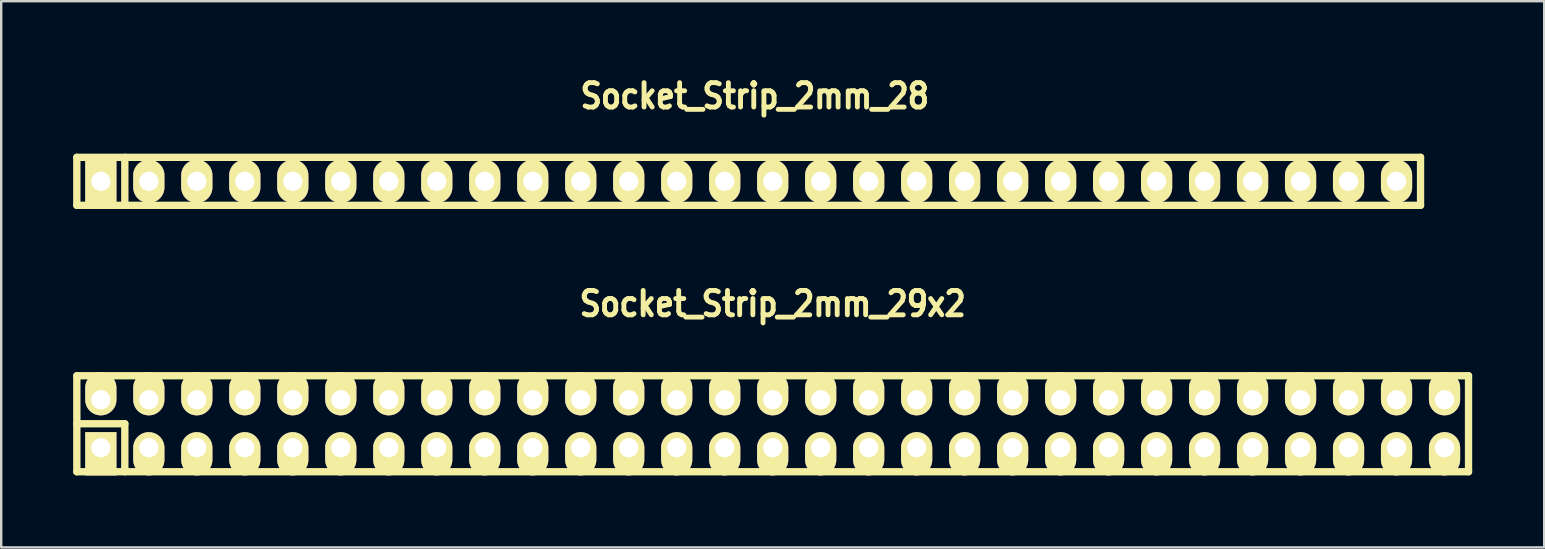
<source format=kicad_pcb>
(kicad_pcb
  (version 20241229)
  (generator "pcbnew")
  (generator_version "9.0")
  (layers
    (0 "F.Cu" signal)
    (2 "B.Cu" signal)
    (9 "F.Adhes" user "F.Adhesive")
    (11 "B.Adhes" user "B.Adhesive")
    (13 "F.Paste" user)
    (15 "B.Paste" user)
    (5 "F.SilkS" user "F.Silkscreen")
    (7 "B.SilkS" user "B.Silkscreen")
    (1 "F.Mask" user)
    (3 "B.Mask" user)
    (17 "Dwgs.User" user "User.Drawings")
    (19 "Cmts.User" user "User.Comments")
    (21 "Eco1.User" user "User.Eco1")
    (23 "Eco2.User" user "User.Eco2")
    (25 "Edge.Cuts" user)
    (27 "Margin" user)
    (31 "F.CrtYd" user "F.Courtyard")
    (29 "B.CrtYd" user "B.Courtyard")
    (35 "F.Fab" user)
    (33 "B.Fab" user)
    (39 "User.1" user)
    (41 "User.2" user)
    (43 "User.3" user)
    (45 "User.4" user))
  (footprint "Socket_Strip_2mm_29x2"
    (layer "F.Cu")
    (at 29.152 14.61)
    (property "Reference" "Socket_Strip_2mm_29x2" (at 0 -5 0) (layer "F.SilkS") (effects (font (size 1.016 0.889) (thickness 0.203))))
    (attr through_hole)
    (fp_line (start -29 -2) (end 29 -2) (stroke (width 0.305) (type solid)) (layer "F.SilkS"))
    (fp_line (start -29 0) (end -27 0) (stroke (width 0.305) (type solid)) (layer "F.SilkS"))
    (fp_line (start -29 2) (end -29 -2) (stroke (width 0.305) (type solid)) (layer "F.SilkS"))
    (fp_line (start -27 0) (end -27 2) (stroke (width 0.305) (type solid)) (layer "F.SilkS"))
    (fp_line (start 29 -2) (end 29 2) (stroke (width 0.305) (type solid)) (layer "F.SilkS"))
    (fp_line (start 29 2) (end -29 2) (stroke (width 0.305) (type solid)) (layer "F.SilkS"))
    (pad "1" thru_hole rect (at -28 1) (size 1.3 1.8) (drill 0.8 (offset 0 0.25)) (layers "*.Cu" "*.Mask" "F.SilkS"))
    (pad "2" thru_hole oval (at -28 -1) (size 1.3 1.8) (drill 0.8 (offset 0 -0.25)) (layers "*.Cu" "*.Mask" "F.SilkS"))
    (pad "3" thru_hole oval (at -26 1) (size 1.3 1.8) (drill 0.8 (offset 0 0.25)) (layers "*.Cu" "*.Mask" "F.SilkS"))
    (pad "4" thru_hole oval (at -26 -1) (size 1.3 1.8) (drill 0.8 (offset 0 -0.25)) (layers "*.Cu" "*.Mask" "F.SilkS"))
    (pad "5" thru_hole oval (at -24 1) (size 1.3 1.8) (drill 0.8 (offset 0 0.25)) (layers "*.Cu" "*.Mask" "F.SilkS"))
    (pad "6" thru_hole oval (at -24 -1) (size 1.3 1.8) (drill 0.8 (offset 0 -0.25)) (layers "*.Cu" "*.Mask" "F.SilkS"))
    (pad "7" thru_hole oval (at -22 1) (size 1.3 1.8) (drill 0.8 (offset 0 0.25)) (layers "*.Cu" "*.Mask" "F.SilkS"))
    (pad "8" thru_hole oval (at -22 -1) (size 1.3 1.8) (drill 0.8 (offset 0 -0.25)) (layers "*.Cu" "*.Mask" "F.SilkS"))
    (pad "9" thru_hole oval (at -20 1) (size 1.3 1.8) (drill 0.8 (offset 0 0.25)) (layers "*.Cu" "*.Mask" "F.SilkS"))
    (pad "10" thru_hole oval (at -20 -1) (size 1.3 1.8) (drill 0.8 (offset 0 -0.25)) (layers "*.Cu" "*.Mask" "F.SilkS"))
    (pad "11" thru_hole oval (at -18 1) (size 1.3 1.8) (drill 0.8 (offset 0 0.25)) (layers "*.Cu" "*.Mask" "F.SilkS"))
    (pad "12" thru_hole oval (at -18 -1) (size 1.3 1.8) (drill 0.8 (offset 0 -0.25)) (layers "*.Cu" "*.Mask" "F.SilkS"))
    (pad "13" thru_hole oval (at -16 1) (size 1.3 1.8) (drill 0.8 (offset 0 0.25)) (layers "*.Cu" "*.Mask" "F.SilkS"))
    (pad "14" thru_hole oval (at -16 -1) (size 1.3 1.8) (drill 0.8 (offset 0 -0.25)) (layers "*.Cu" "*.Mask" "F.SilkS"))
    (pad "15" thru_hole oval (at -14 1) (size 1.3 1.8) (drill 0.8 (offset 0 0.25)) (layers "*.Cu" "*.Mask" "F.SilkS"))
    (pad "16" thru_hole oval (at -14 -1) (size 1.3 1.8) (drill 0.8 (offset 0 -0.25)) (layers "*.Cu" "*.Mask" "F.SilkS"))
    (pad "17" thru_hole oval (at -12 1) (size 1.3 1.8) (drill 0.8 (offset 0 0.25)) (layers "*.Cu" "*.Mask" "F.SilkS"))
    (pad "18" thru_hole oval (at -12 -1) (size 1.3 1.8) (drill 0.8 (offset 0 -0.25)) (layers "*.Cu" "*.Mask" "F.SilkS"))
    (pad "19" thru_hole oval (at -10 1) (size 1.3 1.8) (drill 0.8 (offset 0 0.25)) (layers "*.Cu" "*.Mask" "F.SilkS"))
    (pad "20" thru_hole oval (at -10 -1) (size 1.3 1.8) (drill 0.8 (offset 0 -0.25)) (layers "*.Cu" "*.Mask" "F.SilkS"))
    (pad "21" thru_hole oval (at -8 1) (size 1.3 1.8) (drill 0.8 (offset 0 0.25)) (layers "*.Cu" "*.Mask" "F.SilkS"))
    (pad "22" thru_hole oval (at -8 -1) (size 1.3 1.8) (drill 0.8 (offset 0 -0.25)) (layers "*.Cu" "*.Mask" "F.SilkS"))
    (pad "23" thru_hole oval (at -6 1) (size 1.3 1.8) (drill 0.8 (offset 0 0.25)) (layers "*.Cu" "*.Mask" "F.SilkS"))
    (pad "24" thru_hole oval (at -6 -1) (size 1.3 1.8) (drill 0.8 (offset 0 -0.25)) (layers "*.Cu" "*.Mask" "F.SilkS"))
    (pad "25" thru_hole oval (at -4 1) (size 1.3 1.8) (drill 0.8 (offset 0 0.25)) (layers "*.Cu" "*.Mask" "F.SilkS"))
    (pad "26" thru_hole oval (at -4 -1) (size 1.3 1.8) (drill 0.8 (offset 0 -0.25)) (layers "*.Cu" "*.Mask" "F.SilkS"))
    (pad "27" thru_hole oval (at -2 1) (size 1.3 1.8) (drill 0.8 (offset 0 0.25)) (layers "*.Cu" "*.Mask" "F.SilkS"))
    (pad "28" thru_hole oval (at -2 -1) (size 1.3 1.8) (drill 0.8 (offset 0 -0.25)) (layers "*.Cu" "*.Mask" "F.SilkS"))
    (pad "29" thru_hole oval (at 0 1) (size 1.3 1.8) (drill 0.8 (offset 0 0.25)) (layers "*.Cu" "*.Mask" "F.SilkS"))
    (pad "30" thru_hole oval (at 0 -1) (size 1.3 1.8) (drill 0.8 (offset 0 -0.25)) (layers "*.Cu" "*.Mask" "F.SilkS"))
    (pad "31" thru_hole oval (at 2 1) (size 1.3 1.8) (drill 0.8 (offset 0 0.25)) (layers "*.Cu" "*.Mask" "F.SilkS"))
    (pad "32" thru_hole oval (at 2 -1) (size 1.3 1.8) (drill 0.8 (offset 0 -0.25)) (layers "*.Cu" "*.Mask" "F.SilkS"))
    (pad "33" thru_hole oval (at 4 1) (size 1.3 1.8) (drill 0.8 (offset 0 0.25)) (layers "*.Cu" "*.Mask" "F.SilkS"))
    (pad "34" thru_hole oval (at 4 -1) (size 1.3 1.8) (drill 0.8 (offset 0 -0.25)) (layers "*.Cu" "*.Mask" "F.SilkS"))
    (pad "35" thru_hole oval (at 6 1) (size 1.3 1.8) (drill 0.8 (offset 0 0.25)) (layers "*.Cu" "*.Mask" "F.SilkS"))
    (pad "36" thru_hole oval (at 6 -1) (size 1.3 1.8) (drill 0.8 (offset 0 -0.25)) (layers "*.Cu" "*.Mask" "F.SilkS"))
    (pad "37" thru_hole oval (at 8 1) (size 1.3 1.8) (drill 0.8 (offset 0 0.25)) (layers "*.Cu" "*.Mask" "F.SilkS"))
    (pad "38" thru_hole oval (at 8 -1) (size 1.3 1.8) (drill 0.8 (offset 0 -0.25)) (layers "*.Cu" "*.Mask" "F.SilkS"))
    (pad "39" thru_hole oval (at 10 1) (size 1.3 1.8) (drill 0.8 (offset 0 0.25)) (layers "*.Cu" "*.Mask" "F.SilkS"))
    (pad "40" thru_hole oval (at 10 -1) (size 1.3 1.8) (drill 0.8 (offset 0 -0.25)) (layers "*.Cu" "*.Mask" "F.SilkS"))
    (pad "41" thru_hole oval (at 12 1) (size 1.3 1.8) (drill 0.8 (offset 0 0.25)) (layers "*.Cu" "*.Mask" "F.SilkS"))
    (pad "42" thru_hole oval (at 12 -1) (size 1.3 1.8) (drill 0.8 (offset 0 -0.25)) (layers "*.Cu" "*.Mask" "F.SilkS"))
    (pad "43" thru_hole oval (at 14 1) (size 1.3 1.8) (drill 0.8 (offset 0 0.25)) (layers "*.Cu" "*.Mask" "F.SilkS"))
    (pad "44" thru_hole oval (at 14 -1) (size 1.3 1.8) (drill 0.8 (offset 0 -0.25)) (layers "*.Cu" "*.Mask" "F.SilkS"))
    (pad "45" thru_hole oval (at 16 1) (size 1.3 1.8) (drill 0.8 (offset 0 0.25)) (layers "*.Cu" "*.Mask" "F.SilkS"))
    (pad "46" thru_hole oval (at 16 -1) (size 1.3 1.8) (drill 0.8 (offset 0 -0.25)) (layers "*.Cu" "*.Mask" "F.SilkS"))
    (pad "47" thru_hole oval (at 18 1) (size 1.3 1.8) (drill 0.8 (offset 0 0.25)) (layers "*.Cu" "*.Mask" "F.SilkS"))
    (pad "48" thru_hole oval (at 18 -1) (size 1.3 1.8) (drill 0.8 (offset 0 -0.25)) (layers "*.Cu" "*.Mask" "F.SilkS"))
    (pad "49" thru_hole oval (at 20 1) (size 1.3 1.8) (drill 0.8 (offset 0 0.25)) (layers "*.Cu" "*.Mask" "F.SilkS"))
    (pad "50" thru_hole oval (at 20 -1) (size 1.3 1.8) (drill 0.8 (offset 0 -0.25)) (layers "*.Cu" "*.Mask" "F.SilkS"))
    (pad "51" thru_hole oval (at 22 1) (size 1.3 1.8) (drill 0.8 (offset 0 0.25)) (layers "*.Cu" "*.Mask" "F.SilkS"))
    (pad "52" thru_hole oval (at 22 -1) (size 1.3 1.8) (drill 0.8 (offset 0 -0.25)) (layers "*.Cu" "*.Mask" "F.SilkS"))
    (pad "53" thru_hole oval (at 24 1) (size 1.3 1.8) (drill 0.8 (offset 0 0.25)) (layers "*.Cu" "*.Mask" "F.SilkS"))
    (pad "54" thru_hole oval (at 24 -1) (size 1.3 1.8) (drill 0.8 (offset 0 -0.25)) (layers "*.Cu" "*.Mask" "F.SilkS"))
    (pad "55" thru_hole oval (at 26 1) (size 1.3 1.8) (drill 0.8 (offset 0 0.25)) (layers "*.Cu" "*.Mask" "F.SilkS"))
    (pad "56" thru_hole oval (at 26 -1) (size 1.3 1.8) (drill 0.8 (offset 0 -0.25)) (layers "*.Cu" "*.Mask" "F.SilkS"))
    (pad "57" thru_hole oval (at 28 1) (size 1.3 1.8) (drill 0.8 (offset 0 0.25)) (layers "*.Cu" "*.Mask" "F.SilkS"))
    (pad "58" thru_hole oval (at 28 -1) (size 1.3 1.8) (drill 0.8 (offset 0 -0.25)) (layers "*.Cu" "*.Mask" "F.SilkS")))
  (footprint "Socket_Strip_2mm_28"
    (layer "F.Cu")
    (at 28.152 4.507)
    (property "Reference" "Socket_Strip_2mm_28" (at 0.254 -3.556 0) (layer "F.SilkS") (effects (font (size 1.016 0.889) (thickness 0.203))))
    (attr through_hole)
    (fp_line (start -28 -1) (end 28 -1) (stroke (width 0.305) (type solid)) (layer "F.SilkS"))
    (fp_line (start -28 1) (end -28 -1) (stroke (width 0.305) (type solid)) (layer "F.SilkS"))
    (fp_line (start -26 -1) (end -26 1) (stroke (width 0.305) (type solid)) (layer "F.SilkS"))
    (fp_line (start 28 -1) (end 28 1) (stroke (width 0.305) (type solid)) (layer "F.SilkS"))
    (fp_line (start 28 1) (end -28 1) (stroke (width 0.305) (type solid)) (layer "F.SilkS"))
    (pad "1" thru_hole rect (at -27 0) (size 1.3 1.8) (drill 0.8) (layers "*.Cu" "*.Mask" "F.SilkS"))
    (pad "2" thru_hole oval (at -25 0) (size 1.3 1.8) (drill 0.8) (layers "*.Cu" "*.Mask" "F.SilkS"))
    (pad "3" thru_hole oval (at -23 0) (size 1.3 1.8) (drill 0.8) (layers "*.Cu" "*.Mask" "F.SilkS"))
    (pad "4" thru_hole oval (at -21 0) (size 1.3 1.8) (drill 0.8) (layers "*.Cu" "*.Mask" "F.SilkS"))
    (pad "5" thru_hole oval (at -19 0) (size 1.3 1.8) (drill 0.8) (layers "*.Cu" "*.Mask" "F.SilkS"))
    (pad "6" thru_hole oval (at -17 0) (size 1.3 1.8) (drill 0.8) (layers "*.Cu" "*.Mask" "F.SilkS"))
    (pad "7" thru_hole oval (at -15 0) (size 1.3 1.8) (drill 0.8) (layers "*.Cu" "*.Mask" "F.SilkS"))
    (pad "8" thru_hole oval (at -13 0) (size 1.3 1.8) (drill 0.8) (layers "*.Cu" "*.Mask" "F.SilkS"))
    (pad "9" thru_hole oval (at -11 0) (size 1.3 1.8) (drill 0.8) (layers "*.Cu" "*.Mask" "F.SilkS"))
    (pad "10" thru_hole oval (at -9 0) (size 1.3 1.8) (drill 0.8) (layers "*.Cu" "*.Mask" "F.SilkS"))
    (pad "11" thru_hole oval (at -7 0) (size 1.3 1.8) (drill 0.8) (layers "*.Cu" "*.Mask" "F.SilkS"))
    (pad "12" thru_hole oval (at -5 0) (size 1.3 1.8) (drill 0.8) (layers "*.Cu" "*.Mask" "F.SilkS"))
    (pad "13" thru_hole oval (at -3 0) (size 1.3 1.8) (drill 0.8) (layers "*.Cu" "*.Mask" "F.SilkS"))
    (pad "14" thru_hole oval (at -1 0) (size 1.3 1.8) (drill 0.8) (layers "*.Cu" "*.Mask" "F.SilkS"))
    (pad "15" thru_hole oval (at 1 0) (size 1.3 1.8) (drill 0.8) (layers "*.Cu" "*.Mask" "F.SilkS"))
    (pad "16" thru_hole oval (at 3 0) (size 1.3 1.8) (drill 0.8) (layers "*.Cu" "*.Mask" "F.SilkS"))
    (pad "17" thru_hole oval (at 5 0) (size 1.3 1.8) (drill 0.8) (layers "*.Cu" "*.Mask" "F.SilkS"))
    (pad "18" thru_hole oval (at 7 0) (size 1.3 1.8) (drill 0.8) (layers "*.Cu" "*.Mask" "F.SilkS"))
    (pad "19" thru_hole oval (at 9 0) (size 1.3 1.8) (drill 0.8) (layers "*.Cu" "*.Mask" "F.SilkS"))
    (pad "20" thru_hole oval (at 11 0) (size 1.3 1.8) (drill 0.8) (layers "*.Cu" "*.Mask" "F.SilkS"))
    (pad "21" thru_hole oval (at 13 0) (size 1.3 1.8) (drill 0.8) (layers "*.Cu" "*.Mask" "F.SilkS"))
    (pad "22" thru_hole oval (at 15 0) (size 1.3 1.8) (drill 0.8) (layers "*.Cu" "*.Mask" "F.SilkS"))
    (pad "23" thru_hole oval (at 17 0) (size 1.3 1.8) (drill 0.8) (layers "*.Cu" "*.Mask" "F.SilkS"))
    (pad "24" thru_hole oval (at 19 0) (size 1.3 1.8) (drill 0.8) (layers "*.Cu" "*.Mask" "F.SilkS"))
    (pad "25" thru_hole oval (at 21 0) (size 1.3 1.8) (drill 0.8) (layers "*.Cu" "*.Mask" "F.SilkS"))
    (pad "26" thru_hole oval (at 23 0) (size 1.3 1.8) (drill 0.8) (layers "*.Cu" "*.Mask" "F.SilkS"))
    (pad "27" thru_hole oval (at 25 0) (size 1.3 1.8) (drill 0.8) (layers "*.Cu" "*.Mask" "F.SilkS"))
    (pad "28" thru_hole oval (at 27 0) (size 1.3 1.8) (drill 0.8) (layers "*.Cu" "*.Mask" "F.SilkS")))
  (gr_rect
    (start -3 -3)
    (end 61.305 19.763)
    (stroke (width 0.1) (type default))
    (fill no)
    (layer "Edge.Cuts")))
</source>
